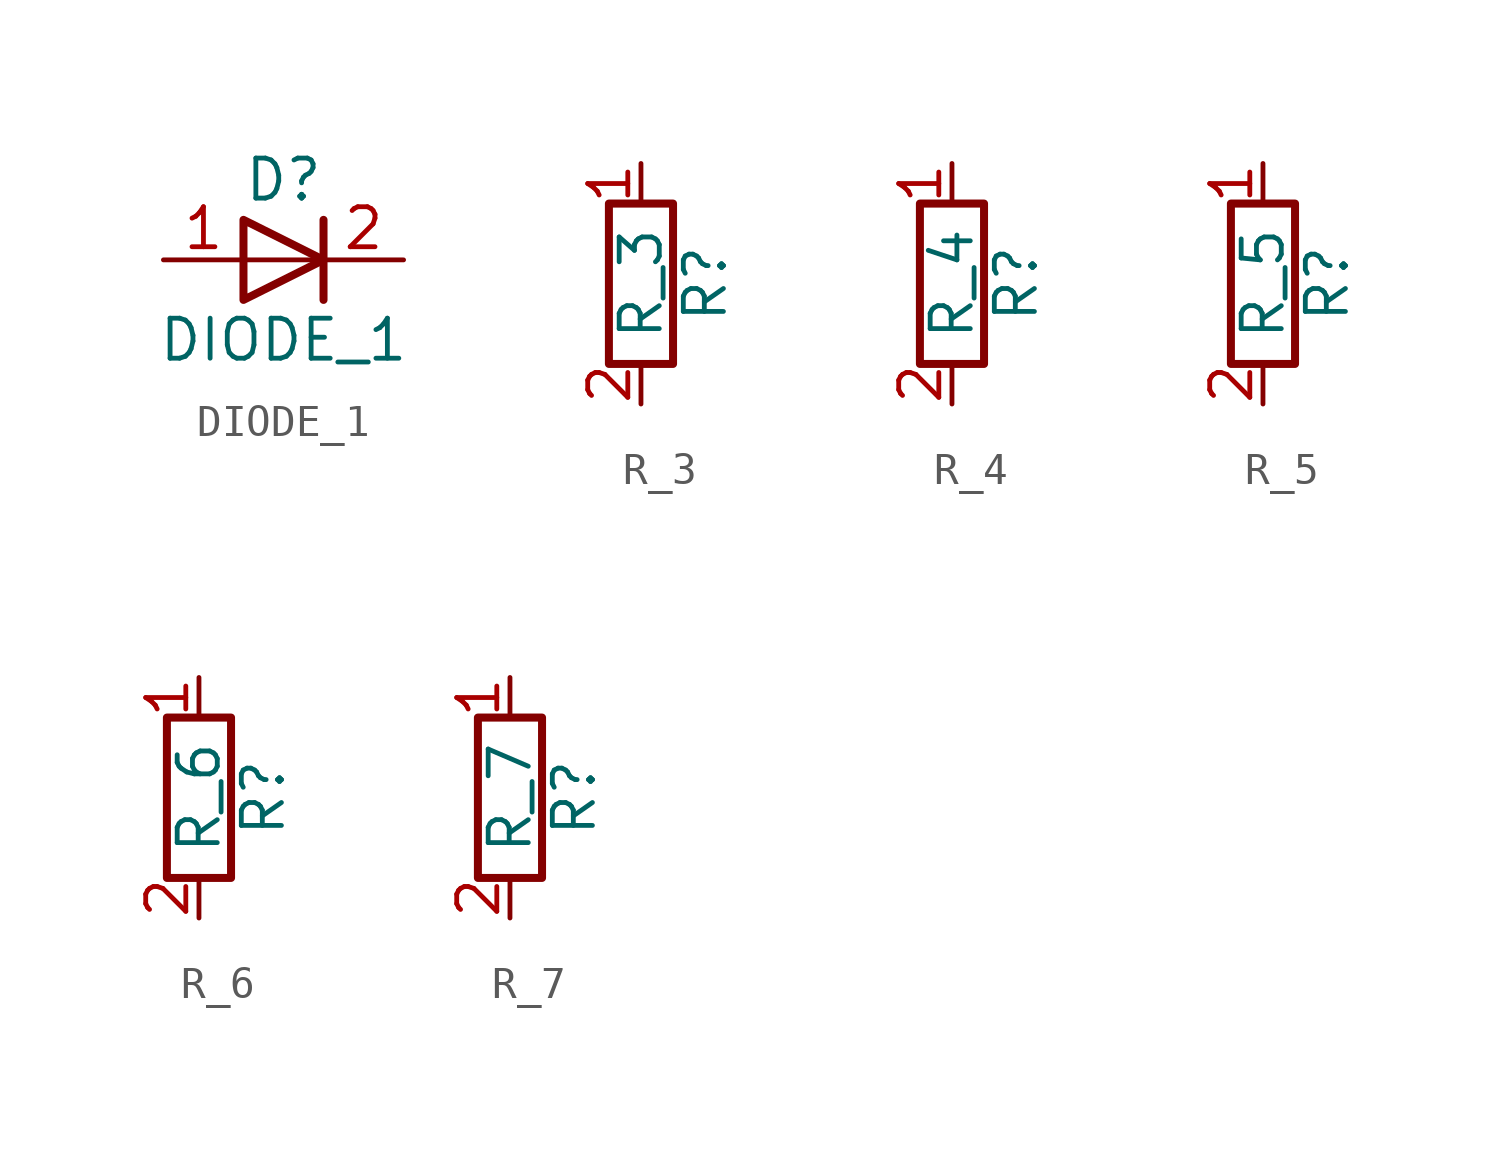
<source format=kicad_sym>
(kicad_symbol_lib
  (version 20231120)
  (generator "kicad_symbol_editor")
  (generator_version "8.0")
  (symbol "DIODE_1"
    (pin_names
      (offset 1.016) hide)
    (property "Reference" "D"
      (at 0 2.54 0)
      (effects (font (size 1.27 1.27))))
    (property "Value" "DIODE_1"
      (at 0 -2.54 0)
      (effects (font (size 1.27 1.27))))
    (symbol "DIODE_1_0_1"
      (polyline (pts (xy 1.27 0) (xy -1.27 0)) (stroke (width 0) (type default)) (fill (type none)))
      (polyline (pts (xy 1.27 1.27) (xy 1.27 -1.27)) (stroke (width 0.254) (type default)) (fill (type none)))
      (polyline (pts (xy -1.27 -1.27) (xy -1.27 1.27) (xy 1.27 0) (xy -1.27 -1.27)) (stroke (width 0.254) (type default)) (fill (type none))))
    (symbol "DIODE_1_1_1"
      (pin passive line (at -3.81 0 0) (length 2.54) (name "A" (effects (font (size 1.27 1.27)))) (number "1" (effects (font (size 1.27 1.27)))))
      (pin passive line (at 3.81 0 180) (length 2.54) (name "K" (effects (font (size 1.27 1.27)))) (number "2" (effects (font (size 1.27 1.27)))))))
  (symbol "R_3"
    (pin_names
      (offset 0) hide)
    (property "Reference" "R"
      (at 2.032 0 90)
      (effects (font (size 1.27 1.27))))
    (property "Value" "R_3"
      (at 0 0 90)
      (effects (font (size 1.27 1.27))))
    (symbol "R_3_0_1"
      (rectangle (start -1.016 -2.54) (end 1.016 2.54) (stroke (width 0.254) (type default)) (fill (type none))))
    (symbol "R_3_1_1"
      (pin passive line (at 0 3.81 270) (length 1.27) (name "~" (effects (font (size 1.27 1.27)))) (number "1" (effects (font (size 1.27 1.27)))))
      (pin passive line (at 0 -3.81 90) (length 1.27) (name "~" (effects (font (size 1.27 1.27)))) (number "2" (effects (font (size 1.27 1.27)))))))
  (symbol "R_4"
    (pin_names
      (offset 0) hide)
    (property "Reference" "R"
      (at 2.032 0 90)
      (effects (font (size 1.27 1.27))))
    (property "Value" "R_4"
      (at 0 0 90)
      (effects (font (size 1.27 1.27))))
    (symbol "R_4_0_1"
      (rectangle (start -1.016 -2.54) (end 1.016 2.54) (stroke (width 0.254) (type default)) (fill (type none))))
    (symbol "R_4_1_1"
      (pin passive line (at 0 3.81 270) (length 1.27) (name "~" (effects (font (size 1.27 1.27)))) (number "1" (effects (font (size 1.27 1.27)))))
      (pin passive line (at 0 -3.81 90) (length 1.27) (name "~" (effects (font (size 1.27 1.27)))) (number "2" (effects (font (size 1.27 1.27)))))))
  (symbol "R_5"
    (pin_names
      (offset 0) hide)
    (property "Reference" "R"
      (at 2.032 0 90)
      (effects (font (size 1.27 1.27))))
    (property "Value" "R_5"
      (at 0 0 90)
      (effects (font (size 1.27 1.27))))
    (symbol "R_5_0_1"
      (rectangle (start -1.016 -2.54) (end 1.016 2.54) (stroke (width 0.254) (type default)) (fill (type none))))
    (symbol "R_5_1_1"
      (pin passive line (at 0 3.81 270) (length 1.27) (name "~" (effects (font (size 1.27 1.27)))) (number "1" (effects (font (size 1.27 1.27)))))
      (pin passive line (at 0 -3.81 90) (length 1.27) (name "~" (effects (font (size 1.27 1.27)))) (number "2" (effects (font (size 1.27 1.27)))))))
  (symbol "R_6"
    (pin_names
      (offset 0) hide)
    (property "Reference" "R"
      (at 2.032 0 90)
      (effects (font (size 1.27 1.27))))
    (property "Value" "R_6"
      (at 0 0 90)
      (effects (font (size 1.27 1.27))))
    (symbol "R_6_0_1"
      (rectangle (start -1.016 -2.54) (end 1.016 2.54) (stroke (width 0.254) (type default)) (fill (type none))))
    (symbol "R_6_1_1"
      (pin passive line (at 0 3.81 270) (length 1.27) (name "~" (effects (font (size 1.27 1.27)))) (number "1" (effects (font (size 1.27 1.27)))))
      (pin passive line (at 0 -3.81 90) (length 1.27) (name "~" (effects (font (size 1.27 1.27)))) (number "2" (effects (font (size 1.27 1.27)))))))
  (symbol "R_7"
    (pin_names
      (offset 0) hide)
    (property "Reference" "R"
      (at 2.032 0 90)
      (effects (font (size 1.27 1.27))))
    (property "Value" "R_7"
      (at 0 0 90)
      (effects (font (size 1.27 1.27))))
    (symbol "R_7_0_1"
      (rectangle (start -1.016 -2.54) (end 1.016 2.54) (stroke (width 0.254) (type default)) (fill (type none))))
    (symbol "R_7_1_1"
      (pin passive line (at 0 3.81 270) (length 1.27) (name "~" (effects (font (size 1.27 1.27)))) (number "1" (effects (font (size 1.27 1.27)))))
      (pin passive line (at 0 -3.81 90) (length 1.27) (name "~" (effects (font (size 1.27 1.27)))) (number "2" (effects (font (size 1.27 1.27))))))))
</source>
